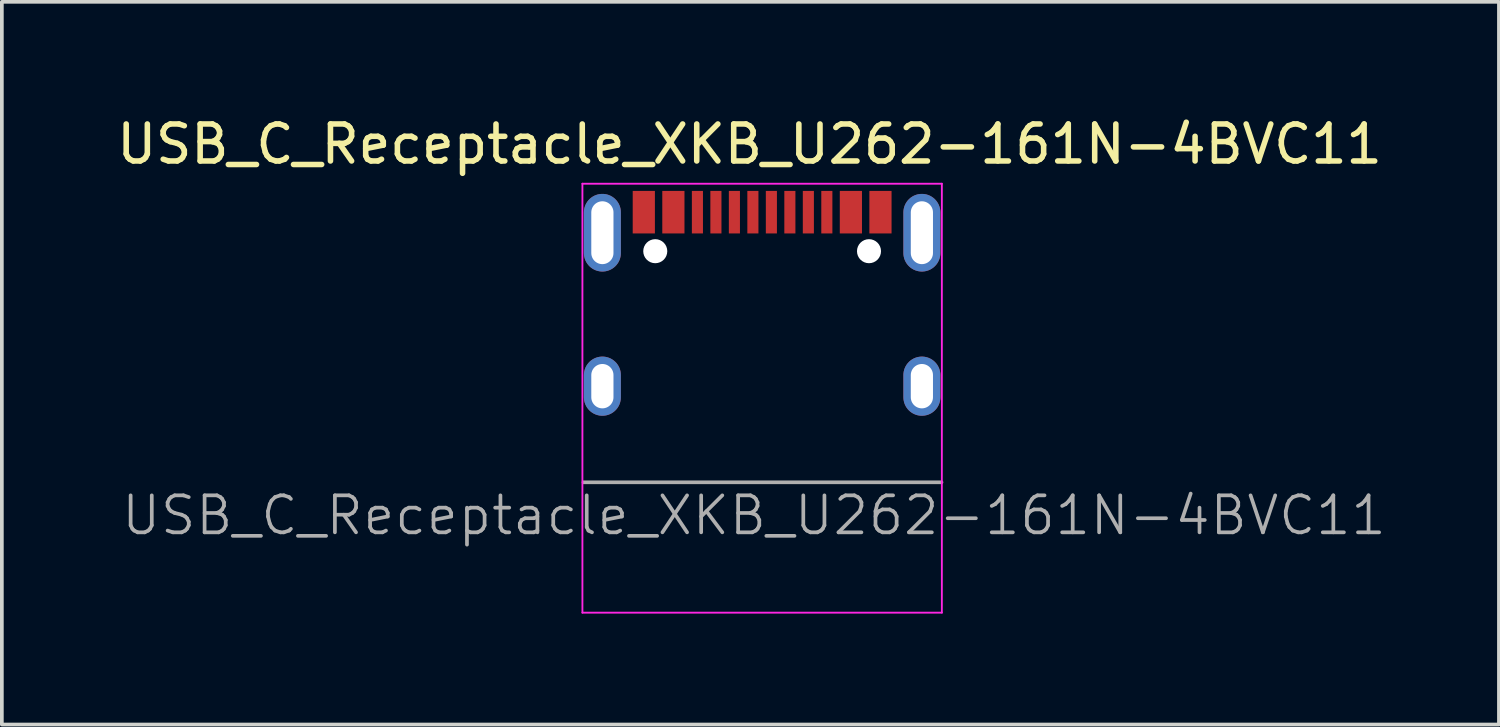
<source format=kicad_pcb>
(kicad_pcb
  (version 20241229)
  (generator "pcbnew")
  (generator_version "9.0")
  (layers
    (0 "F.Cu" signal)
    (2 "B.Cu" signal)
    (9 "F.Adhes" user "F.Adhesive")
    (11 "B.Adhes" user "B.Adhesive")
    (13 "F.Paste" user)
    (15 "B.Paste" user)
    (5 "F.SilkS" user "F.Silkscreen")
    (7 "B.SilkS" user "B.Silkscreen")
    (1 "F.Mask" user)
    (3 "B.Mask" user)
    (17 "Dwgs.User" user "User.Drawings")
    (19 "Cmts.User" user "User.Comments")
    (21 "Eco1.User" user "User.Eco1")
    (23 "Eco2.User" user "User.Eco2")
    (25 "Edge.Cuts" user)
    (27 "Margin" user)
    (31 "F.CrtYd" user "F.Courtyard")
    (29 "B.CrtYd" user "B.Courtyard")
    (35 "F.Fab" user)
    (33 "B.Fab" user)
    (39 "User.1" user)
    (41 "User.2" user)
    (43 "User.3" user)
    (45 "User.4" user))
  (footprint "USB_C_Receptacle_XKB_U262-161N-4BVC11"
    (layer "F.Cu")
    (at 17.06 7.788)
    (property "Reference" "USB_C_Receptacle_XKB_U262-161N-4BVC11" (at 0.16 -6.94 0) (layer "F.SilkS") (effects (font (size 1 1) (thickness 0.15))))
    (attr smd)
    (fp_line (start -4.36 -5.87) (end 5.36 -5.87) (stroke (width 0.05) (type solid)) (layer "F.CrtYd"))
    (fp_line (start -4.36 5.73) (end -4.36 -5.87) (stroke (width 0.05) (type solid)) (layer "F.CrtYd"))
    (fp_line (start 5.36 -5.87) (end 5.36 5.73) (stroke (width 0.05) (type solid)) (layer "F.CrtYd"))
    (fp_line (start 5.36 5.73) (end -4.36 5.73) (stroke (width 0.05) (type solid)) (layer "F.CrtYd"))
    (fp_line (start -4.33 2.205) (end 5.35 2.205) (stroke (width 0.1) (type solid)) (layer "F.Fab"))
    (fp_text user "${REFERENCE}" (at 0.28 3.1 0) (layer "F.Fab") (effects (font (size 1 1) (thickness 0.1))))
    (pad "" np_thru_hole circle (at -2.39 -4.045) (size 0.65 0.65) (drill 0.65) (layers "*.Cu" "*.Mask"))
    (pad "" np_thru_hole circle (at 3.39 -4.045) (size 0.65 0.65) (drill 0.65) (layers "*.Cu" "*.Mask"))
    (pad "A1" smd rect (at -2.7 -5.1) (size 0.6 1.15) (layers "F.Cu" "F.Mask" "F.Paste"))
    (pad "A4" smd rect (at -1.9 -5.1) (size 0.6 1.15) (layers "F.Cu" "F.Mask" "F.Paste"))
    (pad "A5" smd rect (at -0.75 -5.1) (size 0.3 1.15) (layers "F.Cu" "F.Mask" "F.Paste"))
    (pad "A6" smd rect (at 0.25 -5.1) (size 0.3 1.15) (layers "F.Cu" "F.Mask" "F.Paste"))
    (pad "A7" smd rect (at 0.75 -5.1) (size 0.3 1.15) (layers "F.Cu" "F.Mask" "F.Paste"))
    (pad "A8" smd rect (at 1.75 -5.1) (size 0.3 1.15) (layers "F.Cu" "F.Mask" "F.Paste"))
    (pad "A9" smd rect (at 2.9 -5.1) (size 0.6 1.15) (layers "F.Cu" "F.Mask" "F.Paste"))
    (pad "A12" smd rect (at 3.7 -5.1) (size 0.6 1.15) (layers "F.Cu" "F.Mask" "F.Paste"))
    (pad "B5" smd rect (at 2.25 -5.1) (size 0.3 1.15) (layers "F.Cu" "F.Mask" "F.Paste"))
    (pad "B6" smd rect (at 1.25 -5.1) (size 0.3 1.15) (layers "F.Cu" "F.Mask" "F.Paste"))
    (pad "B7" smd rect (at -0.25 -5.1) (size 0.3 1.15) (layers "F.Cu" "F.Mask" "F.Paste"))
    (pad "B8" smd rect (at -1.25 -5.1) (size 0.3 1.15) (layers "F.Cu" "F.Mask" "F.Paste"))
    (pad "S1" thru_hole oval (at -3.82 -4.545) (size 1 2.1) (drill oval 0.6 1.7) (layers "*.Cu" "*.Mask"))
    (pad "S1" thru_hole oval (at -3.82 -0.395) (size 1 1.6) (drill oval 0.6 1.2) (layers "*.Cu" "*.Mask"))
    (pad "S1" thru_hole oval (at 4.82 -4.545) (size 1 2.1) (drill oval 0.6 1.7) (layers "*.Cu" "*.Mask"))
    (pad "S1" thru_hole oval (at 4.82 -0.395) (size 1 1.6) (drill oval 0.6 1.2) (layers "*.Cu" "*.Mask")))
  (gr_rect
    (start -3 -3)
    (end 37.485 16.543)
    (stroke (width 0.1) (type default))
    (fill no)
    (layer "Edge.Cuts")))
</source>
